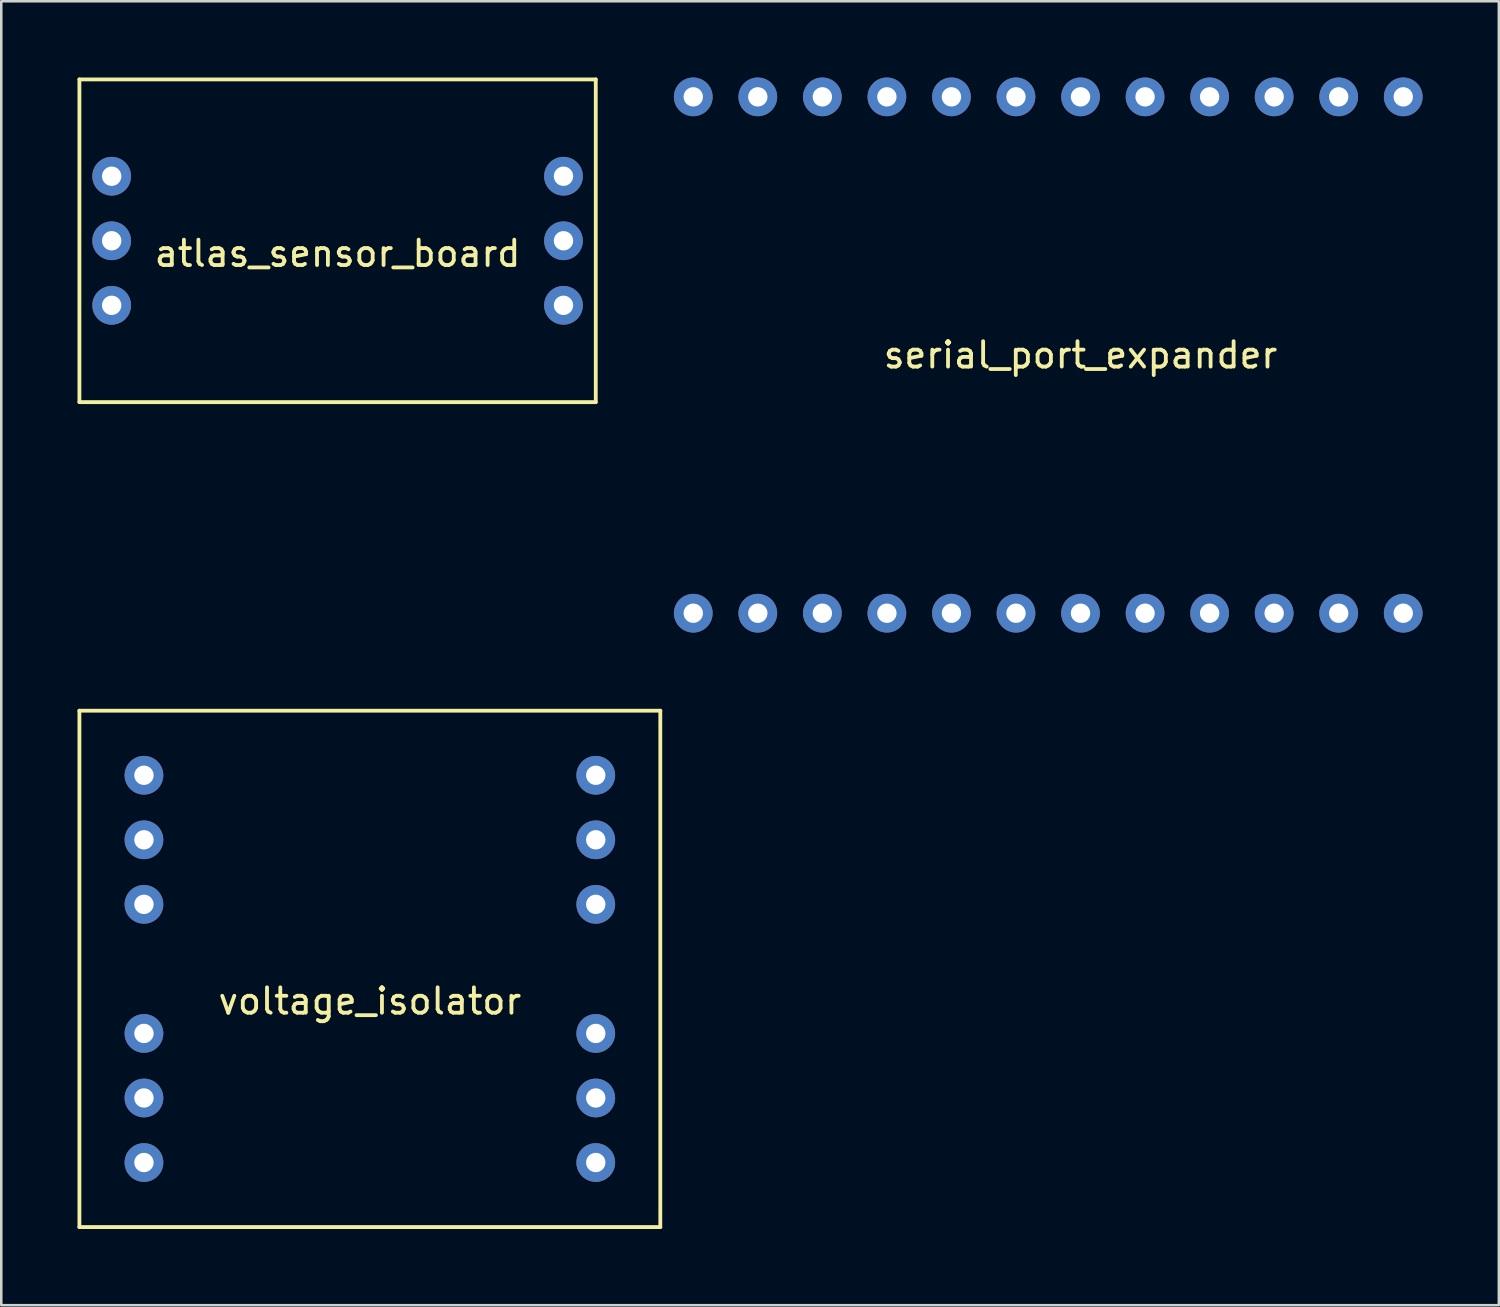
<source format=kicad_pcb>
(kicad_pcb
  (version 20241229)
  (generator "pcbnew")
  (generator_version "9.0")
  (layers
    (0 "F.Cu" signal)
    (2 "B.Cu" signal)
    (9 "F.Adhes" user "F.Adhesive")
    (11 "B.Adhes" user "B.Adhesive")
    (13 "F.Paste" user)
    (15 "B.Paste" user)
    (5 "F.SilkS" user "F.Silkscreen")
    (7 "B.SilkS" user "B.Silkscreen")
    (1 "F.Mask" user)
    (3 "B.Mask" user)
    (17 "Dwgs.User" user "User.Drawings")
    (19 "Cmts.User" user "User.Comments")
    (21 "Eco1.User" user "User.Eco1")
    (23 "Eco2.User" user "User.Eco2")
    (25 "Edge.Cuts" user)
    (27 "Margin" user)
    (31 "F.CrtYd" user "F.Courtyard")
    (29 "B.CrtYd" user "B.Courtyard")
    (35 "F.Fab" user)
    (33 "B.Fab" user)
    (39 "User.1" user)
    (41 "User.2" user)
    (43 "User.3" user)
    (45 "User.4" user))
  (footprint "serial_port_expander"
    (layer "F.Cu")
    (at 36.932 8.382)
    (property "Reference" "serial_port_expander" (at 2.54 2.54 0) (layer "F.SilkS") (effects (font (size 1 1) (thickness 0.15))))
    (attr through_hole)
    (pad "1" thru_hole circle (at -12.7 -7.62) (size 1.524 1.524) (drill 0.762) (layers "*.Cu" "*.Mask"))
    (pad "2" thru_hole circle (at 5.08 -7.62) (size 1.524 1.524) (drill 0.762) (layers "*.Cu" "*.Mask"))
    (pad "3" thru_hole circle (at -5.08 -7.62) (size 1.524 1.524) (drill 0.762) (layers "*.Cu" "*.Mask"))
    (pad "4" thru_hole circle (at -2.54 -7.62) (size 1.524 1.524) (drill 0.762) (layers "*.Cu" "*.Mask"))
    (pad "5" thru_hole circle (at 0 -7.62) (size 1.524 1.524) (drill 0.762) (layers "*.Cu" "*.Mask"))
    (pad "6" thru_hole circle (at -10.16 -7.62) (size 1.524 1.524) (drill 0.762) (layers "*.Cu" "*.Mask"))
    (pad "7" thru_hole circle (at -7.62 -7.62) (size 1.524 1.524) (drill 0.762) (layers "*.Cu" "*.Mask"))
    (pad "8" thru_hole circle (at -12.7 12.7) (size 1.524 1.524) (drill 0.762) (layers "*.Cu" "*.Mask"))
    (pad "9" thru_hole circle (at -10.16 12.7) (size 1.524 1.524) (drill 0.762) (layers "*.Cu" "*.Mask"))
    (pad "10" thru_hole circle (at -7.62 12.7) (size 1.524 1.524) (drill 0.762) (layers "*.Cu" "*.Mask"))
    (pad "11" thru_hole circle (at -5.08 12.7) (size 1.524 1.524) (drill 0.762) (layers "*.Cu" "*.Mask"))
    (pad "12" thru_hole circle (at -2.54 12.7) (size 1.524 1.524) (drill 0.762) (layers "*.Cu" "*.Mask"))
    (pad "13" thru_hole circle (at 0 12.7) (size 1.524 1.524) (drill 0.762) (layers "*.Cu" "*.Mask"))
    (pad "14" thru_hole circle (at 2.54 12.7) (size 1.524 1.524) (drill 0.762) (layers "*.Cu" "*.Mask"))
    (pad "15" thru_hole circle (at 5.08 12.7) (size 1.524 1.524) (drill 0.762) (layers "*.Cu" "*.Mask"))
    (pad "~" thru_hole circle (at 2.54 -7.62) (size 1.524 1.524) (drill 0.762) (layers "*.Cu" "*.Mask"))
    (pad "~" thru_hole circle (at 7.62 -7.62) (size 1.524 1.524) (drill 0.762) (layers "*.Cu" "*.Mask"))
    (pad "~" thru_hole circle (at 7.62 12.7) (size 1.524 1.524) (drill 0.762) (layers "*.Cu" "*.Mask"))
    (pad "~" thru_hole circle (at 10.16 -7.62) (size 1.524 1.524) (drill 0.762) (layers "*.Cu" "*.Mask"))
    (pad "~" thru_hole circle (at 10.16 12.7) (size 1.524 1.524) (drill 0.762) (layers "*.Cu" "*.Mask"))
    (pad "~" thru_hole circle (at 12.7 -7.62) (size 1.524 1.524) (drill 0.762) (layers "*.Cu" "*.Mask"))
    (pad "~" thru_hole circle (at 12.7 12.7) (size 1.524 1.524) (drill 0.762) (layers "*.Cu" "*.Mask"))
    (pad "~" thru_hole circle (at 15.24 -7.62) (size 1.524 1.524) (drill 0.762) (layers "*.Cu" "*.Mask"))
    (pad "~" thru_hole circle (at 15.24 12.7) (size 1.524 1.524) (drill 0.762) (layers "*.Cu" "*.Mask")))
  (footprint "voltage_isolator"
    (layer "F.Cu")
    (at 10.235 35.079)
    (property "Reference" "voltage_isolator" (at 1.27 1.27 0) (layer "F.SilkS") (effects (font (size 1 1) (thickness 0.15))))
    (attr through_hole)
    (fp_line (start -10.16 -10.16) (end -10.16 10.16) (stroke (width 0.15) (type solid)) (layer "F.SilkS"))
    (fp_line (start -10.16 10.16) (end 12.7 10.16) (stroke (width 0.15) (type solid)) (layer "F.SilkS"))
    (fp_line (start 12.7 -10.16) (end -10.16 -10.16) (stroke (width 0.15) (type solid)) (layer "F.SilkS"))
    (fp_line (start 12.7 10.16) (end 12.7 -10.16) (stroke (width 0.15) (type solid)) (layer "F.SilkS"))
    (pad "1" thru_hole circle (at -7.62 2.54) (size 1.524 1.524) (drill 0.762) (layers "*.Cu" "*.Mask"))
    (pad "2" thru_hole circle (at -7.62 -2.54) (size 1.524 1.524) (drill 0.762) (layers "*.Cu" "*.Mask"))
    (pad "3" thru_hole circle (at -7.62 7.62) (size 1.524 1.524) (drill 0.762) (layers "*.Cu" "*.Mask"))
    (pad "4" thru_hole circle (at -7.62 5.08) (size 1.524 1.524) (drill 0.762) (layers "*.Cu" "*.Mask"))
    (pad "5" thru_hole circle (at -7.62 -5.08) (size 1.524 1.524) (drill 0.762) (layers "*.Cu" "*.Mask"))
    (pad "6" thru_hole circle (at -7.62 -7.62) (size 1.524 1.524) (drill 0.762) (layers "*.Cu" "*.Mask"))
    (pad "7" thru_hole circle (at 10.16 2.54) (size 1.524 1.524) (drill 0.762) (layers "*.Cu" "*.Mask"))
    (pad "8" thru_hole circle (at 10.16 -2.54) (size 1.524 1.524) (drill 0.762) (layers "*.Cu" "*.Mask"))
    (pad "9" thru_hole circle (at 10.16 7.62) (size 1.524 1.524) (drill 0.762) (layers "*.Cu" "*.Mask"))
    (pad "10" thru_hole circle (at 10.16 5.08) (size 1.524 1.524) (drill 0.762) (layers "*.Cu" "*.Mask"))
    (pad "11" thru_hole circle (at 10.16 -5.08) (size 1.524 1.524) (drill 0.762) (layers "*.Cu" "*.Mask"))
    (pad "12" thru_hole circle (at 10.16 -7.62) (size 1.524 1.524) (drill 0.762) (layers "*.Cu" "*.Mask")))
  (footprint "atlas_sensor_board"
    (layer "F.Cu")
    (at 8.965 6.425)
    (property "Reference" "atlas_sensor_board" (at 1.27 0.5 0) (layer "F.SilkS") (effects (font (size 1 1) (thickness 0.15))))
    (attr through_hole)
    (fp_line (start -8.89 -6.35) (end 11.43 -6.35) (stroke (width 0.15) (type solid)) (layer "F.SilkS"))
    (fp_line (start -8.89 6.35) (end -8.89 -6.35) (stroke (width 0.15) (type solid)) (layer "F.SilkS"))
    (fp_line (start 11.43 -6.35) (end 11.43 6.35) (stroke (width 0.15) (type solid)) (layer "F.SilkS"))
    (fp_line (start 11.43 6.35) (end -8.89 6.35) (stroke (width 0.15) (type solid)) (layer "F.SilkS"))
    (pad "1" thru_hole circle (at -7.62 -2.54) (size 1.524 1.524) (drill 0.762) (layers "*.Cu" "*.Mask"))
    (pad "2" thru_hole circle (at -7.62 0) (size 1.524 1.524) (drill 0.762) (layers "*.Cu" "*.Mask"))
    (pad "3" thru_hole circle (at 10.16 2.54) (size 1.524 1.524) (drill 0.762) (layers "*.Cu" "*.Mask"))
    (pad "4" thru_hole circle (at -7.62 2.54) (size 1.524 1.524) (drill 0.762) (layers "*.Cu" "*.Mask"))
    (pad "5" thru_hole circle (at 10.16 0) (size 1.524 1.524) (drill 0.762) (layers "*.Cu" "*.Mask"))
    (pad "6" thru_hole circle (at 10.16 -2.54) (size 1.524 1.524) (drill 0.762) (layers "*.Cu" "*.Mask")))
  (gr_rect
    (start -3 -3)
    (end 55.934 48.314)
    (stroke (width 0.1) (type default))
    (fill no)
    (layer "Edge.Cuts")))
</source>
